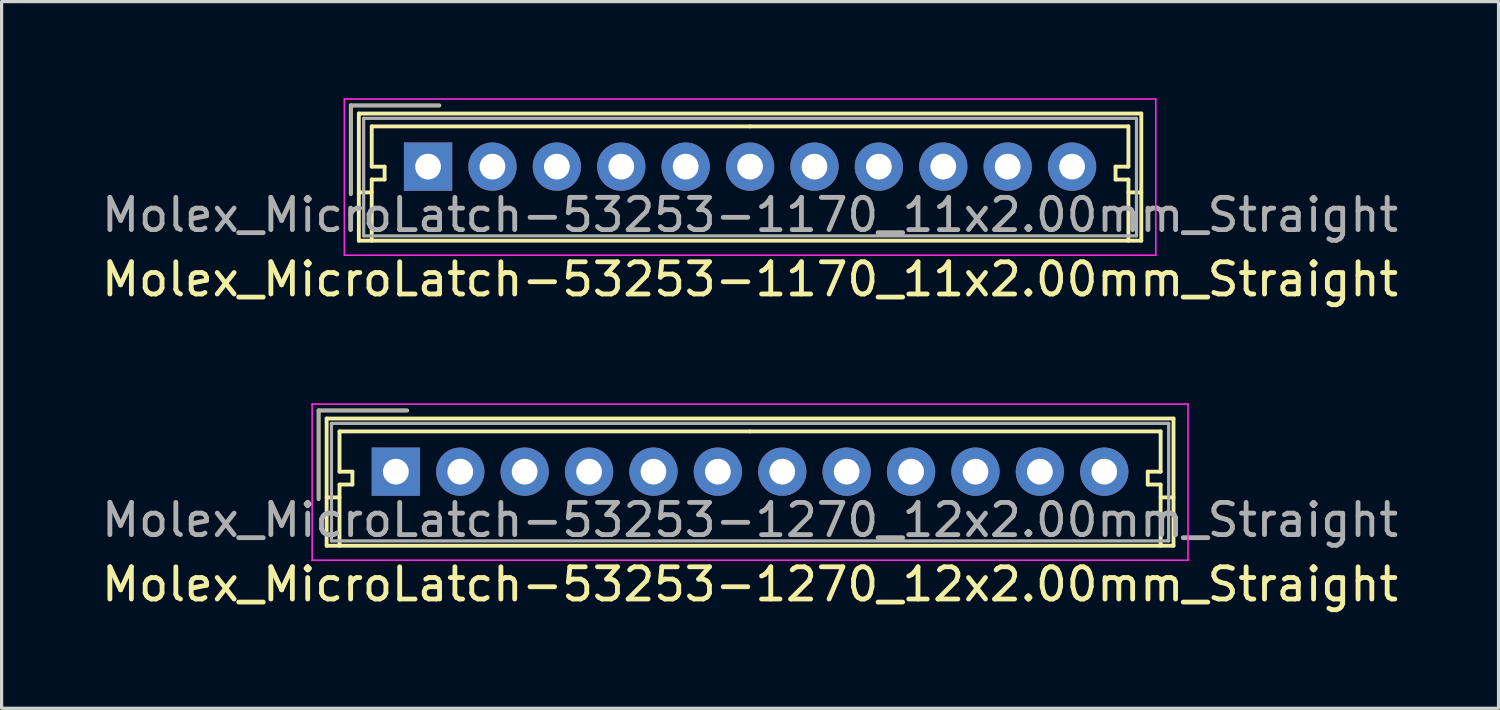
<source format=kicad_pcb>
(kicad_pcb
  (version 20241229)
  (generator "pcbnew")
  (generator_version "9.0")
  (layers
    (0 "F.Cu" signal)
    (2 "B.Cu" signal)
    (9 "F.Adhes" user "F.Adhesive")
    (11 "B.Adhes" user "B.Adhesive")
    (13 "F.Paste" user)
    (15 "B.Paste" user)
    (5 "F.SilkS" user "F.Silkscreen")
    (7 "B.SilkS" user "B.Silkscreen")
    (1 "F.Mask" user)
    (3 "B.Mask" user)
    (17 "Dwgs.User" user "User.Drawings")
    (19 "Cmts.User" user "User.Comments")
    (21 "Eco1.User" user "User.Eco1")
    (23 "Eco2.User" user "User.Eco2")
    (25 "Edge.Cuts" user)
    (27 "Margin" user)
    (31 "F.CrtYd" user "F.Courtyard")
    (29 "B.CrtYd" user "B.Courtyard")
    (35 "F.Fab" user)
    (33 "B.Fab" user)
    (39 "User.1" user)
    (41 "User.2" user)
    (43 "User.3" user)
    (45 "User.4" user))
  (footprint "Molex_MicroLatch-53253-1270_12x2.00mm_Straight"
    (layer "F.Cu")
    (at 9.244 11.598)
    (property "Reference" "Molex_MicroLatch-53253-1270_12x2.00mm_Straight" (at 11 3.5 0) (layer "F.SilkS") (effects (font (size 1 1) (thickness 0.15))))
    (attr through_hole)
    (fp_line (start -2.4 -1.9) (end -2.4 0.85) (stroke (width 0.12) (type solid)) (layer "F.SilkS"))
    (fp_line (start -2.15 -1.65) (end -2.15 2.3) (stroke (width 0.12) (type solid)) (layer "F.SilkS"))
    (fp_line (start -2.15 0.8) (end -1.75 0.8) (stroke (width 0.12) (type solid)) (layer "F.SilkS"))
    (fp_line (start -2.15 2.3) (end 24.15 2.3) (stroke (width 0.12) (type solid)) (layer "F.SilkS"))
    (fp_line (start -1.75 -1.25) (end -1.75 0) (stroke (width 0.12) (type solid)) (layer "F.SilkS"))
    (fp_line (start -1.75 0) (end -1.35 0) (stroke (width 0.12) (type solid)) (layer "F.SilkS"))
    (fp_line (start -1.75 0.4) (end -1.75 2.3) (stroke (width 0.12) (type solid)) (layer "F.SilkS"))
    (fp_line (start -1.35 0) (end -1.35 0.4) (stroke (width 0.12) (type solid)) (layer "F.SilkS"))
    (fp_line (start -1.35 0.4) (end -1.75 0.4) (stroke (width 0.12) (type solid)) (layer "F.SilkS"))
    (fp_line (start 0.35 -1.9) (end -2.4 -1.9) (stroke (width 0.12) (type solid)) (layer "F.SilkS"))
    (fp_line (start 11 -1.25) (end -1.75 -1.25) (stroke (width 0.12) (type solid)) (layer "F.SilkS"))
    (fp_line (start 11 -1.25) (end 23.75 -1.25) (stroke (width 0.12) (type solid)) (layer "F.SilkS"))
    (fp_line (start 23.35 0) (end 23.35 0.4) (stroke (width 0.12) (type solid)) (layer "F.SilkS"))
    (fp_line (start 23.35 0.4) (end 23.75 0.4) (stroke (width 0.12) (type solid)) (layer "F.SilkS"))
    (fp_line (start 23.75 -1.25) (end 23.75 0) (stroke (width 0.12) (type solid)) (layer "F.SilkS"))
    (fp_line (start 23.75 0) (end 23.35 0) (stroke (width 0.12) (type solid)) (layer "F.SilkS"))
    (fp_line (start 23.75 0.4) (end 23.75 2.3) (stroke (width 0.12) (type solid)) (layer "F.SilkS"))
    (fp_line (start 24.15 -1.65) (end -2.15 -1.65) (stroke (width 0.12) (type solid)) (layer "F.SilkS"))
    (fp_line (start 24.15 0.8) (end 23.75 0.8) (stroke (width 0.12) (type solid)) (layer "F.SilkS"))
    (fp_line (start 24.15 2.3) (end 24.15 -1.65) (stroke (width 0.12) (type solid)) (layer "F.SilkS"))
    (fp_line (start -2.6 -2.1) (end -2.6 2.75) (stroke (width 0.05) (type solid)) (layer "F.CrtYd"))
    (fp_line (start -2.6 2.75) (end 24.6 2.75) (stroke (width 0.05) (type solid)) (layer "F.CrtYd"))
    (fp_line (start 24.6 -2.1) (end -2.6 -2.1) (stroke (width 0.05) (type solid)) (layer "F.CrtYd"))
    (fp_line (start 24.6 2.75) (end 24.6 -2.1) (stroke (width 0.05) (type solid)) (layer "F.CrtYd"))
    (fp_line (start -2.4 -1.9) (end -2.4 0.85) (stroke (width 0.1) (type solid)) (layer "F.Fab"))
    (fp_line (start -2 -1.5) (end -2 2.15) (stroke (width 0.1) (type solid)) (layer "F.Fab"))
    (fp_line (start -2 2.15) (end 24 2.15) (stroke (width 0.1) (type solid)) (layer "F.Fab"))
    (fp_line (start 0.35 -1.9) (end -2.4 -1.9) (stroke (width 0.1) (type solid)) (layer "F.Fab"))
    (fp_line (start 24 -1.5) (end -2 -1.5) (stroke (width 0.1) (type solid)) (layer "F.Fab"))
    (fp_line (start 24 2.15) (end 24 -1.5) (stroke (width 0.1) (type solid)) (layer "F.Fab"))
    (fp_text user "${REFERENCE}" (at 11 1.5 0) (layer "F.Fab") (effects (font (size 1 1) (thickness 0.15))))
    (pad "1" thru_hole rect (at 0 0) (size 1.5 1.5) (drill 0.8) (layers "*.Cu" "*.Mask"))
    (pad "2" thru_hole circle (at 2 0) (size 1.5 1.5) (drill 0.8) (layers "*.Cu" "*.Mask"))
    (pad "3" thru_hole circle (at 4 0) (size 1.5 1.5) (drill 0.8) (layers "*.Cu" "*.Mask"))
    (pad "4" thru_hole circle (at 6 0) (size 1.5 1.5) (drill 0.8) (layers "*.Cu" "*.Mask"))
    (pad "5" thru_hole circle (at 8 0) (size 1.5 1.5) (drill 0.8) (layers "*.Cu" "*.Mask"))
    (pad "6" thru_hole circle (at 10 0) (size 1.5 1.5) (drill 0.8) (layers "*.Cu" "*.Mask"))
    (pad "7" thru_hole circle (at 12 0) (size 1.5 1.5) (drill 0.8) (layers "*.Cu" "*.Mask"))
    (pad "8" thru_hole circle (at 14 0) (size 1.5 1.5) (drill 0.8) (layers "*.Cu" "*.Mask"))
    (pad "9" thru_hole circle (at 16 0) (size 1.5 1.5) (drill 0.8) (layers "*.Cu" "*.Mask"))
    (pad "10" thru_hole circle (at 18 0) (size 1.5 1.5) (drill 0.8) (layers "*.Cu" "*.Mask"))
    (pad "11" thru_hole circle (at 20 0) (size 1.5 1.5) (drill 0.8) (layers "*.Cu" "*.Mask"))
    (pad "12" thru_hole circle (at 22 0) (size 1.5 1.5) (drill 0.8) (layers "*.Cu" "*.Mask")))
  (footprint "Molex_MicroLatch-53253-1170_11x2.00mm_Straight"
    (layer "F.Cu")
    (at 10.244 2.125)
    (property "Reference" "Molex_MicroLatch-53253-1170_11x2.00mm_Straight" (at 10 3.5 0) (layer "F.SilkS") (effects (font (size 1 1) (thickness 0.15))))
    (attr through_hole)
    (fp_line (start -2.4 -1.9) (end -2.4 0.85) (stroke (width 0.12) (type solid)) (layer "F.SilkS"))
    (fp_line (start -2.15 -1.65) (end -2.15 2.3) (stroke (width 0.12) (type solid)) (layer "F.SilkS"))
    (fp_line (start -2.15 0.8) (end -1.75 0.8) (stroke (width 0.12) (type solid)) (layer "F.SilkS"))
    (fp_line (start -2.15 2.3) (end 22.15 2.3) (stroke (width 0.12) (type solid)) (layer "F.SilkS"))
    (fp_line (start -1.75 -1.25) (end -1.75 0) (stroke (width 0.12) (type solid)) (layer "F.SilkS"))
    (fp_line (start -1.75 0) (end -1.35 0) (stroke (width 0.12) (type solid)) (layer "F.SilkS"))
    (fp_line (start -1.75 0.4) (end -1.75 2.3) (stroke (width 0.12) (type solid)) (layer "F.SilkS"))
    (fp_line (start -1.35 0) (end -1.35 0.4) (stroke (width 0.12) (type solid)) (layer "F.SilkS"))
    (fp_line (start -1.35 0.4) (end -1.75 0.4) (stroke (width 0.12) (type solid)) (layer "F.SilkS"))
    (fp_line (start 0.35 -1.9) (end -2.4 -1.9) (stroke (width 0.12) (type solid)) (layer "F.SilkS"))
    (fp_line (start 10 -1.25) (end -1.75 -1.25) (stroke (width 0.12) (type solid)) (layer "F.SilkS"))
    (fp_line (start 10 -1.25) (end 21.75 -1.25) (stroke (width 0.12) (type solid)) (layer "F.SilkS"))
    (fp_line (start 21.35 0) (end 21.35 0.4) (stroke (width 0.12) (type solid)) (layer "F.SilkS"))
    (fp_line (start 21.35 0.4) (end 21.75 0.4) (stroke (width 0.12) (type solid)) (layer "F.SilkS"))
    (fp_line (start 21.75 -1.25) (end 21.75 0) (stroke (width 0.12) (type solid)) (layer "F.SilkS"))
    (fp_line (start 21.75 0) (end 21.35 0) (stroke (width 0.12) (type solid)) (layer "F.SilkS"))
    (fp_line (start 21.75 0.4) (end 21.75 2.3) (stroke (width 0.12) (type solid)) (layer "F.SilkS"))
    (fp_line (start 22.15 -1.65) (end -2.15 -1.65) (stroke (width 0.12) (type solid)) (layer "F.SilkS"))
    (fp_line (start 22.15 0.8) (end 21.75 0.8) (stroke (width 0.12) (type solid)) (layer "F.SilkS"))
    (fp_line (start 22.15 2.3) (end 22.15 -1.65) (stroke (width 0.12) (type solid)) (layer "F.SilkS"))
    (fp_line (start -2.6 -2.1) (end -2.6 2.75) (stroke (width 0.05) (type solid)) (layer "F.CrtYd"))
    (fp_line (start -2.6 2.75) (end 22.6 2.75) (stroke (width 0.05) (type solid)) (layer "F.CrtYd"))
    (fp_line (start 22.6 -2.1) (end -2.6 -2.1) (stroke (width 0.05) (type solid)) (layer "F.CrtYd"))
    (fp_line (start 22.6 2.75) (end 22.6 -2.1) (stroke (width 0.05) (type solid)) (layer "F.CrtYd"))
    (fp_line (start -2.4 -1.9) (end -2.4 0.85) (stroke (width 0.1) (type solid)) (layer "F.Fab"))
    (fp_line (start -2 -1.5) (end -2 2.15) (stroke (width 0.1) (type solid)) (layer "F.Fab"))
    (fp_line (start -2 2.15) (end 22 2.15) (stroke (width 0.1) (type solid)) (layer "F.Fab"))
    (fp_line (start 0.35 -1.9) (end -2.4 -1.9) (stroke (width 0.1) (type solid)) (layer "F.Fab"))
    (fp_line (start 22 -1.5) (end -2 -1.5) (stroke (width 0.1) (type solid)) (layer "F.Fab"))
    (fp_line (start 22 2.15) (end 22 -1.5) (stroke (width 0.1) (type solid)) (layer "F.Fab"))
    (fp_text user "${REFERENCE}" (at 10 1.5 0) (layer "F.Fab") (effects (font (size 1 1) (thickness 0.15))))
    (pad "1" thru_hole rect (at 0 0) (size 1.5 1.5) (drill 0.8) (layers "*.Cu" "*.Mask"))
    (pad "2" thru_hole circle (at 2 0) (size 1.5 1.5) (drill 0.8) (layers "*.Cu" "*.Mask"))
    (pad "3" thru_hole circle (at 4 0) (size 1.5 1.5) (drill 0.8) (layers "*.Cu" "*.Mask"))
    (pad "4" thru_hole circle (at 6 0) (size 1.5 1.5) (drill 0.8) (layers "*.Cu" "*.Mask"))
    (pad "5" thru_hole circle (at 8 0) (size 1.5 1.5) (drill 0.8) (layers "*.Cu" "*.Mask"))
    (pad "6" thru_hole circle (at 10 0) (size 1.5 1.5) (drill 0.8) (layers "*.Cu" "*.Mask"))
    (pad "7" thru_hole circle (at 12 0) (size 1.5 1.5) (drill 0.8) (layers "*.Cu" "*.Mask"))
    (pad "8" thru_hole circle (at 14 0) (size 1.5 1.5) (drill 0.8) (layers "*.Cu" "*.Mask"))
    (pad "9" thru_hole circle (at 16 0) (size 1.5 1.5) (drill 0.8) (layers "*.Cu" "*.Mask"))
    (pad "10" thru_hole circle (at 18 0) (size 1.5 1.5) (drill 0.8) (layers "*.Cu" "*.Mask"))
    (pad "11" thru_hole circle (at 20 0) (size 1.5 1.5) (drill 0.8) (layers "*.Cu" "*.Mask")))
  (gr_rect
    (start -3 -3)
    (end 43.488 18.947)
    (stroke (width 0.1) (type default))
    (fill no)
    (layer "Edge.Cuts")))
</source>
